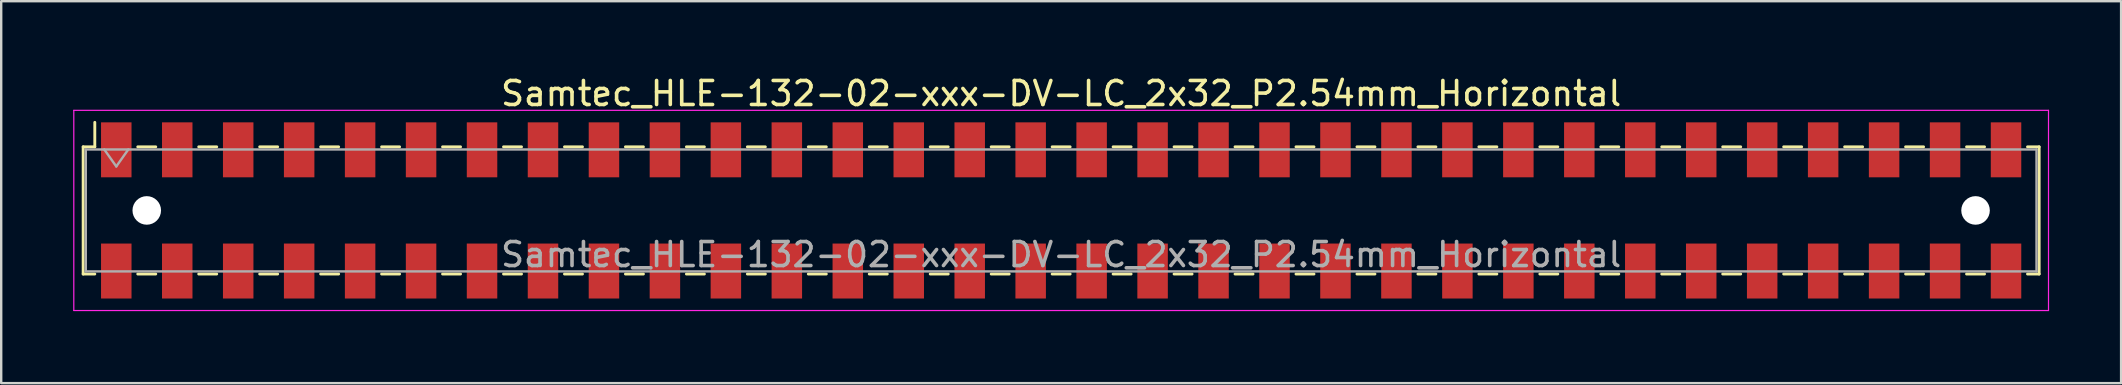
<source format=kicad_pcb>
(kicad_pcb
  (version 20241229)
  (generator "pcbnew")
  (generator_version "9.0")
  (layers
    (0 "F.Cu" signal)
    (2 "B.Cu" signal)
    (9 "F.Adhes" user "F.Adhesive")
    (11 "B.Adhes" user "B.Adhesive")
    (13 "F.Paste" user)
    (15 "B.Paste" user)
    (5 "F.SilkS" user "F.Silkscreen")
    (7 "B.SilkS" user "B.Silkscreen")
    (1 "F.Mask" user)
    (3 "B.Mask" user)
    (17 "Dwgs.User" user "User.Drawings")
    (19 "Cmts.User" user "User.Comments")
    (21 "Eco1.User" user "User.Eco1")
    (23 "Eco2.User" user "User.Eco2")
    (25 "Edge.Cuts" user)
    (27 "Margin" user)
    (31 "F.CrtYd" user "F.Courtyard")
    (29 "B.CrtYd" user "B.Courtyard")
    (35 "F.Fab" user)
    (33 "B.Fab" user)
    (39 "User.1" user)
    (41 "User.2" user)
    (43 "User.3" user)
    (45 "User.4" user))
  (footprint "Samtec_HLE-132-02-xxx-DV-LC_2x32_P2.54mm_Horizontal"
    (layer "F.Cu")
    (at 41.165 5.718)
    (property "Reference" "Samtec_HLE-132-02-xxx-DV-LC_2x32_P2.54mm_Horizontal" (at 0 -4.87 0) (layer "F.SilkS") (effects (font (size 1 1) (thickness 0.15))))
    (attr smd)
    (fp_line (start -40.75 -2.65) (end -40.75 2.65) (stroke (width 0.12) (type solid)) (layer "F.SilkS"))
    (fp_line (start -40.75 2.65) (end -40.265 2.65) (stroke (width 0.12) (type solid)) (layer "F.SilkS"))
    (fp_line (start -40.265 -3.67) (end -40.265 -2.65) (stroke (width 0.12) (type solid)) (layer "F.SilkS"))
    (fp_line (start -40.265 -2.65) (end -40.75 -2.65) (stroke (width 0.12) (type solid)) (layer "F.SilkS"))
    (fp_line (start -38.475 -2.65) (end -37.725 -2.65) (stroke (width 0.12) (type solid)) (layer "F.SilkS"))
    (fp_line (start -38.475 2.65) (end -37.725 2.65) (stroke (width 0.12) (type solid)) (layer "F.SilkS"))
    (fp_line (start -35.935 -2.65) (end -35.185 -2.65) (stroke (width 0.12) (type solid)) (layer "F.SilkS"))
    (fp_line (start -35.935 2.65) (end -35.185 2.65) (stroke (width 0.12) (type solid)) (layer "F.SilkS"))
    (fp_line (start -33.395 -2.65) (end -32.645 -2.65) (stroke (width 0.12) (type solid)) (layer "F.SilkS"))
    (fp_line (start -33.395 2.65) (end -32.645 2.65) (stroke (width 0.12) (type solid)) (layer "F.SilkS"))
    (fp_line (start -30.855 -2.65) (end -30.105 -2.65) (stroke (width 0.12) (type solid)) (layer "F.SilkS"))
    (fp_line (start -30.855 2.65) (end -30.105 2.65) (stroke (width 0.12) (type solid)) (layer "F.SilkS"))
    (fp_line (start -28.315 -2.65) (end -27.565 -2.65) (stroke (width 0.12) (type solid)) (layer "F.SilkS"))
    (fp_line (start -28.315 2.65) (end -27.565 2.65) (stroke (width 0.12) (type solid)) (layer "F.SilkS"))
    (fp_line (start -25.775 -2.65) (end -25.025 -2.65) (stroke (width 0.12) (type solid)) (layer "F.SilkS"))
    (fp_line (start -25.775 2.65) (end -25.025 2.65) (stroke (width 0.12) (type solid)) (layer "F.SilkS"))
    (fp_line (start -23.235 -2.65) (end -22.485 -2.65) (stroke (width 0.12) (type solid)) (layer "F.SilkS"))
    (fp_line (start -23.235 2.65) (end -22.485 2.65) (stroke (width 0.12) (type solid)) (layer "F.SilkS"))
    (fp_line (start -20.695 -2.65) (end -19.945 -2.65) (stroke (width 0.12) (type solid)) (layer "F.SilkS"))
    (fp_line (start -20.695 2.65) (end -19.945 2.65) (stroke (width 0.12) (type solid)) (layer "F.SilkS"))
    (fp_line (start -18.155 -2.65) (end -17.405 -2.65) (stroke (width 0.12) (type solid)) (layer "F.SilkS"))
    (fp_line (start -18.155 2.65) (end -17.405 2.65) (stroke (width 0.12) (type solid)) (layer "F.SilkS"))
    (fp_line (start -15.615 -2.65) (end -14.865 -2.65) (stroke (width 0.12) (type solid)) (layer "F.SilkS"))
    (fp_line (start -15.615 2.65) (end -14.865 2.65) (stroke (width 0.12) (type solid)) (layer "F.SilkS"))
    (fp_line (start -13.075 -2.65) (end -12.325 -2.65) (stroke (width 0.12) (type solid)) (layer "F.SilkS"))
    (fp_line (start -13.075 2.65) (end -12.325 2.65) (stroke (width 0.12) (type solid)) (layer "F.SilkS"))
    (fp_line (start -10.535 -2.65) (end -9.785 -2.65) (stroke (width 0.12) (type solid)) (layer "F.SilkS"))
    (fp_line (start -10.535 2.65) (end -9.785 2.65) (stroke (width 0.12) (type solid)) (layer "F.SilkS"))
    (fp_line (start -7.995 -2.65) (end -7.245 -2.65) (stroke (width 0.12) (type solid)) (layer "F.SilkS"))
    (fp_line (start -7.995 2.65) (end -7.245 2.65) (stroke (width 0.12) (type solid)) (layer "F.SilkS"))
    (fp_line (start -5.455 -2.65) (end -4.705 -2.65) (stroke (width 0.12) (type solid)) (layer "F.SilkS"))
    (fp_line (start -5.455 2.65) (end -4.705 2.65) (stroke (width 0.12) (type solid)) (layer "F.SilkS"))
    (fp_line (start -2.915 -2.65) (end -2.165 -2.65) (stroke (width 0.12) (type solid)) (layer "F.SilkS"))
    (fp_line (start -2.915 2.65) (end -2.165 2.65) (stroke (width 0.12) (type solid)) (layer "F.SilkS"))
    (fp_line (start -0.375 -2.65) (end 0.375 -2.65) (stroke (width 0.12) (type solid)) (layer "F.SilkS"))
    (fp_line (start -0.375 2.65) (end 0.375 2.65) (stroke (width 0.12) (type solid)) (layer "F.SilkS"))
    (fp_line (start 2.165 -2.65) (end 2.915 -2.65) (stroke (width 0.12) (type solid)) (layer "F.SilkS"))
    (fp_line (start 2.165 2.65) (end 2.915 2.65) (stroke (width 0.12) (type solid)) (layer "F.SilkS"))
    (fp_line (start 4.705 -2.65) (end 5.455 -2.65) (stroke (width 0.12) (type solid)) (layer "F.SilkS"))
    (fp_line (start 4.705 2.65) (end 5.455 2.65) (stroke (width 0.12) (type solid)) (layer "F.SilkS"))
    (fp_line (start 7.245 -2.65) (end 7.995 -2.65) (stroke (width 0.12) (type solid)) (layer "F.SilkS"))
    (fp_line (start 7.245 2.65) (end 7.995 2.65) (stroke (width 0.12) (type solid)) (layer "F.SilkS"))
    (fp_line (start 9.785 -2.65) (end 10.535 -2.65) (stroke (width 0.12) (type solid)) (layer "F.SilkS"))
    (fp_line (start 9.785 2.65) (end 10.535 2.65) (stroke (width 0.12) (type solid)) (layer "F.SilkS"))
    (fp_line (start 12.325 -2.65) (end 13.075 -2.65) (stroke (width 0.12) (type solid)) (layer "F.SilkS"))
    (fp_line (start 12.325 2.65) (end 13.075 2.65) (stroke (width 0.12) (type solid)) (layer "F.SilkS"))
    (fp_line (start 14.865 -2.65) (end 15.615 -2.65) (stroke (width 0.12) (type solid)) (layer "F.SilkS"))
    (fp_line (start 14.865 2.65) (end 15.615 2.65) (stroke (width 0.12) (type solid)) (layer "F.SilkS"))
    (fp_line (start 17.405 -2.65) (end 18.155 -2.65) (stroke (width 0.12) (type solid)) (layer "F.SilkS"))
    (fp_line (start 17.405 2.65) (end 18.155 2.65) (stroke (width 0.12) (type solid)) (layer "F.SilkS"))
    (fp_line (start 19.945 -2.65) (end 20.695 -2.65) (stroke (width 0.12) (type solid)) (layer "F.SilkS"))
    (fp_line (start 19.945 2.65) (end 20.695 2.65) (stroke (width 0.12) (type solid)) (layer "F.SilkS"))
    (fp_line (start 22.485 -2.65) (end 23.235 -2.65) (stroke (width 0.12) (type solid)) (layer "F.SilkS"))
    (fp_line (start 22.485 2.65) (end 23.235 2.65) (stroke (width 0.12) (type solid)) (layer "F.SilkS"))
    (fp_line (start 25.025 -2.65) (end 25.775 -2.65) (stroke (width 0.12) (type solid)) (layer "F.SilkS"))
    (fp_line (start 25.025 2.65) (end 25.775 2.65) (stroke (width 0.12) (type solid)) (layer "F.SilkS"))
    (fp_line (start 27.565 -2.65) (end 28.315 -2.65) (stroke (width 0.12) (type solid)) (layer "F.SilkS"))
    (fp_line (start 27.565 2.65) (end 28.315 2.65) (stroke (width 0.12) (type solid)) (layer "F.SilkS"))
    (fp_line (start 30.105 -2.65) (end 30.855 -2.65) (stroke (width 0.12) (type solid)) (layer "F.SilkS"))
    (fp_line (start 30.105 2.65) (end 30.855 2.65) (stroke (width 0.12) (type solid)) (layer "F.SilkS"))
    (fp_line (start 32.645 -2.65) (end 33.395 -2.65) (stroke (width 0.12) (type solid)) (layer "F.SilkS"))
    (fp_line (start 32.645 2.65) (end 33.395 2.65) (stroke (width 0.12) (type solid)) (layer "F.SilkS"))
    (fp_line (start 35.185 -2.65) (end 35.935 -2.65) (stroke (width 0.12) (type solid)) (layer "F.SilkS"))
    (fp_line (start 35.185 2.65) (end 35.935 2.65) (stroke (width 0.12) (type solid)) (layer "F.SilkS"))
    (fp_line (start 37.725 -2.65) (end 38.475 -2.65) (stroke (width 0.12) (type solid)) (layer "F.SilkS"))
    (fp_line (start 37.725 2.65) (end 38.475 2.65) (stroke (width 0.12) (type solid)) (layer "F.SilkS"))
    (fp_line (start 40.265 -2.65) (end 40.75 -2.65) (stroke (width 0.12) (type solid)) (layer "F.SilkS"))
    (fp_line (start 40.75 -2.65) (end 40.75 2.65) (stroke (width 0.12) (type solid)) (layer "F.SilkS"))
    (fp_line (start 40.75 2.65) (end 40.265 2.65) (stroke (width 0.12) (type solid)) (layer "F.SilkS"))
    (fp_line (start -41.14 -4.17) (end 41.14 -4.17) (stroke (width 0.05) (type solid)) (layer "F.CrtYd"))
    (fp_line (start -41.14 4.17) (end -41.14 -4.17) (stroke (width 0.05) (type solid)) (layer "F.CrtYd"))
    (fp_line (start 41.14 -4.17) (end 41.14 4.17) (stroke (width 0.05) (type solid)) (layer "F.CrtYd"))
    (fp_line (start 41.14 4.17) (end -41.14 4.17) (stroke (width 0.05) (type solid)) (layer "F.CrtYd"))
    (fp_line (start -40.64 -2.54) (end 40.64 -2.54) (stroke (width 0.1) (type solid)) (layer "F.Fab"))
    (fp_line (start -40.64 2.54) (end -40.64 -2.54) (stroke (width 0.1) (type solid)) (layer "F.Fab"))
    (fp_line (start -39.87 -2.54) (end -39.37 -1.833) (stroke (width 0.1) (type solid)) (layer "F.Fab"))
    (fp_line (start -39.37 -1.833) (end -38.87 -2.54) (stroke (width 0.1) (type solid)) (layer "F.Fab"))
    (fp_line (start 40.64 -2.54) (end 40.64 2.54) (stroke (width 0.1) (type solid)) (layer "F.Fab"))
    (fp_line (start 40.64 2.54) (end -40.64 2.54) (stroke (width 0.1) (type solid)) (layer "F.Fab"))
    (fp_text user "${REFERENCE}" (at 0 1.84 0) (layer "F.Fab") (effects (font (size 1 1) (thickness 0.15))))
    (pad "" np_thru_hole circle (at -38.1 0) (size 1.19 1.19) (drill 1.19) (layers "*.Cu" "*.Mask"))
    (pad "" np_thru_hole circle (at 38.1 0) (size 1.19 1.19) (drill 1.19) (layers "*.Cu" "*.Mask"))
    (pad "1" smd rect (at -39.37 -2.525) (size 1.27 2.29) (layers "F.Cu" "F.Mask" "F.Paste"))
    (pad "2" smd rect (at -39.37 2.525) (size 1.27 2.29) (layers "F.Cu" "F.Mask" "F.Paste"))
    (pad "3" smd rect (at -36.83 -2.525) (size 1.27 2.29) (layers "F.Cu" "F.Mask" "F.Paste"))
    (pad "4" smd rect (at -36.83 2.525) (size 1.27 2.29) (layers "F.Cu" "F.Mask" "F.Paste"))
    (pad "5" smd rect (at -34.29 -2.525) (size 1.27 2.29) (layers "F.Cu" "F.Mask" "F.Paste"))
    (pad "6" smd rect (at -34.29 2.525) (size 1.27 2.29) (layers "F.Cu" "F.Mask" "F.Paste"))
    (pad "7" smd rect (at -31.75 -2.525) (size 1.27 2.29) (layers "F.Cu" "F.Mask" "F.Paste"))
    (pad "8" smd rect (at -31.75 2.525) (size 1.27 2.29) (layers "F.Cu" "F.Mask" "F.Paste"))
    (pad "9" smd rect (at -29.21 -2.525) (size 1.27 2.29) (layers "F.Cu" "F.Mask" "F.Paste"))
    (pad "10" smd rect (at -29.21 2.525) (size 1.27 2.29) (layers "F.Cu" "F.Mask" "F.Paste"))
    (pad "11" smd rect (at -26.67 -2.525) (size 1.27 2.29) (layers "F.Cu" "F.Mask" "F.Paste"))
    (pad "12" smd rect (at -26.67 2.525) (size 1.27 2.29) (layers "F.Cu" "F.Mask" "F.Paste"))
    (pad "13" smd rect (at -24.13 -2.525) (size 1.27 2.29) (layers "F.Cu" "F.Mask" "F.Paste"))
    (pad "14" smd rect (at -24.13 2.525) (size 1.27 2.29) (layers "F.Cu" "F.Mask" "F.Paste"))
    (pad "15" smd rect (at -21.59 -2.525) (size 1.27 2.29) (layers "F.Cu" "F.Mask" "F.Paste"))
    (pad "16" smd rect (at -21.59 2.525) (size 1.27 2.29) (layers "F.Cu" "F.Mask" "F.Paste"))
    (pad "17" smd rect (at -19.05 -2.525) (size 1.27 2.29) (layers "F.Cu" "F.Mask" "F.Paste"))
    (pad "18" smd rect (at -19.05 2.525) (size 1.27 2.29) (layers "F.Cu" "F.Mask" "F.Paste"))
    (pad "19" smd rect (at -16.51 -2.525) (size 1.27 2.29) (layers "F.Cu" "F.Mask" "F.Paste"))
    (pad "20" smd rect (at -16.51 2.525) (size 1.27 2.29) (layers "F.Cu" "F.Mask" "F.Paste"))
    (pad "21" smd rect (at -13.97 -2.525) (size 1.27 2.29) (layers "F.Cu" "F.Mask" "F.Paste"))
    (pad "22" smd rect (at -13.97 2.525) (size 1.27 2.29) (layers "F.Cu" "F.Mask" "F.Paste"))
    (pad "23" smd rect (at -11.43 -2.525) (size 1.27 2.29) (layers "F.Cu" "F.Mask" "F.Paste"))
    (pad "24" smd rect (at -11.43 2.525) (size 1.27 2.29) (layers "F.Cu" "F.Mask" "F.Paste"))
    (pad "25" smd rect (at -8.89 -2.525) (size 1.27 2.29) (layers "F.Cu" "F.Mask" "F.Paste"))
    (pad "26" smd rect (at -8.89 2.525) (size 1.27 2.29) (layers "F.Cu" "F.Mask" "F.Paste"))
    (pad "27" smd rect (at -6.35 -2.525) (size 1.27 2.29) (layers "F.Cu" "F.Mask" "F.Paste"))
    (pad "28" smd rect (at -6.35 2.525) (size 1.27 2.29) (layers "F.Cu" "F.Mask" "F.Paste"))
    (pad "29" smd rect (at -3.81 -2.525) (size 1.27 2.29) (layers "F.Cu" "F.Mask" "F.Paste"))
    (pad "30" smd rect (at -3.81 2.525) (size 1.27 2.29) (layers "F.Cu" "F.Mask" "F.Paste"))
    (pad "31" smd rect (at -1.27 -2.525) (size 1.27 2.29) (layers "F.Cu" "F.Mask" "F.Paste"))
    (pad "32" smd rect (at -1.27 2.525) (size 1.27 2.29) (layers "F.Cu" "F.Mask" "F.Paste"))
    (pad "33" smd rect (at 1.27 -2.525) (size 1.27 2.29) (layers "F.Cu" "F.Mask" "F.Paste"))
    (pad "34" smd rect (at 1.27 2.525) (size 1.27 2.29) (layers "F.Cu" "F.Mask" "F.Paste"))
    (pad "35" smd rect (at 3.81 -2.525) (size 1.27 2.29) (layers "F.Cu" "F.Mask" "F.Paste"))
    (pad "36" smd rect (at 3.81 2.525) (size 1.27 2.29) (layers "F.Cu" "F.Mask" "F.Paste"))
    (pad "37" smd rect (at 6.35 -2.525) (size 1.27 2.29) (layers "F.Cu" "F.Mask" "F.Paste"))
    (pad "38" smd rect (at 6.35 2.525) (size 1.27 2.29) (layers "F.Cu" "F.Mask" "F.Paste"))
    (pad "39" smd rect (at 8.89 -2.525) (size 1.27 2.29) (layers "F.Cu" "F.Mask" "F.Paste"))
    (pad "40" smd rect (at 8.89 2.525) (size 1.27 2.29) (layers "F.Cu" "F.Mask" "F.Paste"))
    (pad "41" smd rect (at 11.43 -2.525) (size 1.27 2.29) (layers "F.Cu" "F.Mask" "F.Paste"))
    (pad "42" smd rect (at 11.43 2.525) (size 1.27 2.29) (layers "F.Cu" "F.Mask" "F.Paste"))
    (pad "43" smd rect (at 13.97 -2.525) (size 1.27 2.29) (layers "F.Cu" "F.Mask" "F.Paste"))
    (pad "44" smd rect (at 13.97 2.525) (size 1.27 2.29) (layers "F.Cu" "F.Mask" "F.Paste"))
    (pad "45" smd rect (at 16.51 -2.525) (size 1.27 2.29) (layers "F.Cu" "F.Mask" "F.Paste"))
    (pad "46" smd rect (at 16.51 2.525) (size 1.27 2.29) (layers "F.Cu" "F.Mask" "F.Paste"))
    (pad "47" smd rect (at 19.05 -2.525) (size 1.27 2.29) (layers "F.Cu" "F.Mask" "F.Paste"))
    (pad "48" smd rect (at 19.05 2.525) (size 1.27 2.29) (layers "F.Cu" "F.Mask" "F.Paste"))
    (pad "49" smd rect (at 21.59 -2.525) (size 1.27 2.29) (layers "F.Cu" "F.Mask" "F.Paste"))
    (pad "50" smd rect (at 21.59 2.525) (size 1.27 2.29) (layers "F.Cu" "F.Mask" "F.Paste"))
    (pad "51" smd rect (at 24.13 -2.525) (size 1.27 2.29) (layers "F.Cu" "F.Mask" "F.Paste"))
    (pad "52" smd rect (at 24.13 2.525) (size 1.27 2.29) (layers "F.Cu" "F.Mask" "F.Paste"))
    (pad "53" smd rect (at 26.67 -2.525) (size 1.27 2.29) (layers "F.Cu" "F.Mask" "F.Paste"))
    (pad "54" smd rect (at 26.67 2.525) (size 1.27 2.29) (layers "F.Cu" "F.Mask" "F.Paste"))
    (pad "55" smd rect (at 29.21 -2.525) (size 1.27 2.29) (layers "F.Cu" "F.Mask" "F.Paste"))
    (pad "56" smd rect (at 29.21 2.525) (size 1.27 2.29) (layers "F.Cu" "F.Mask" "F.Paste"))
    (pad "57" smd rect (at 31.75 -2.525) (size 1.27 2.29) (layers "F.Cu" "F.Mask" "F.Paste"))
    (pad "58" smd rect (at 31.75 2.525) (size 1.27 2.29) (layers "F.Cu" "F.Mask" "F.Paste"))
    (pad "59" smd rect (at 34.29 -2.525) (size 1.27 2.29) (layers "F.Cu" "F.Mask" "F.Paste"))
    (pad "60" smd rect (at 34.29 2.525) (size 1.27 2.29) (layers "F.Cu" "F.Mask" "F.Paste"))
    (pad "61" smd rect (at 36.83 -2.525) (size 1.27 2.29) (layers "F.Cu" "F.Mask" "F.Paste"))
    (pad "62" smd rect (at 36.83 2.525) (size 1.27 2.29) (layers "F.Cu" "F.Mask" "F.Paste"))
    (pad "63" smd rect (at 39.37 -2.525) (size 1.27 2.29) (layers "F.Cu" "F.Mask" "F.Paste"))
    (pad "64" smd rect (at 39.37 2.525) (size 1.27 2.29) (layers "F.Cu" "F.Mask" "F.Paste")))
  (gr_rect
    (start -3 -3)
    (end 85.33 12.913)
    (stroke (width 0.1) (type default))
    (fill no)
    (layer "Edge.Cuts")))
</source>
